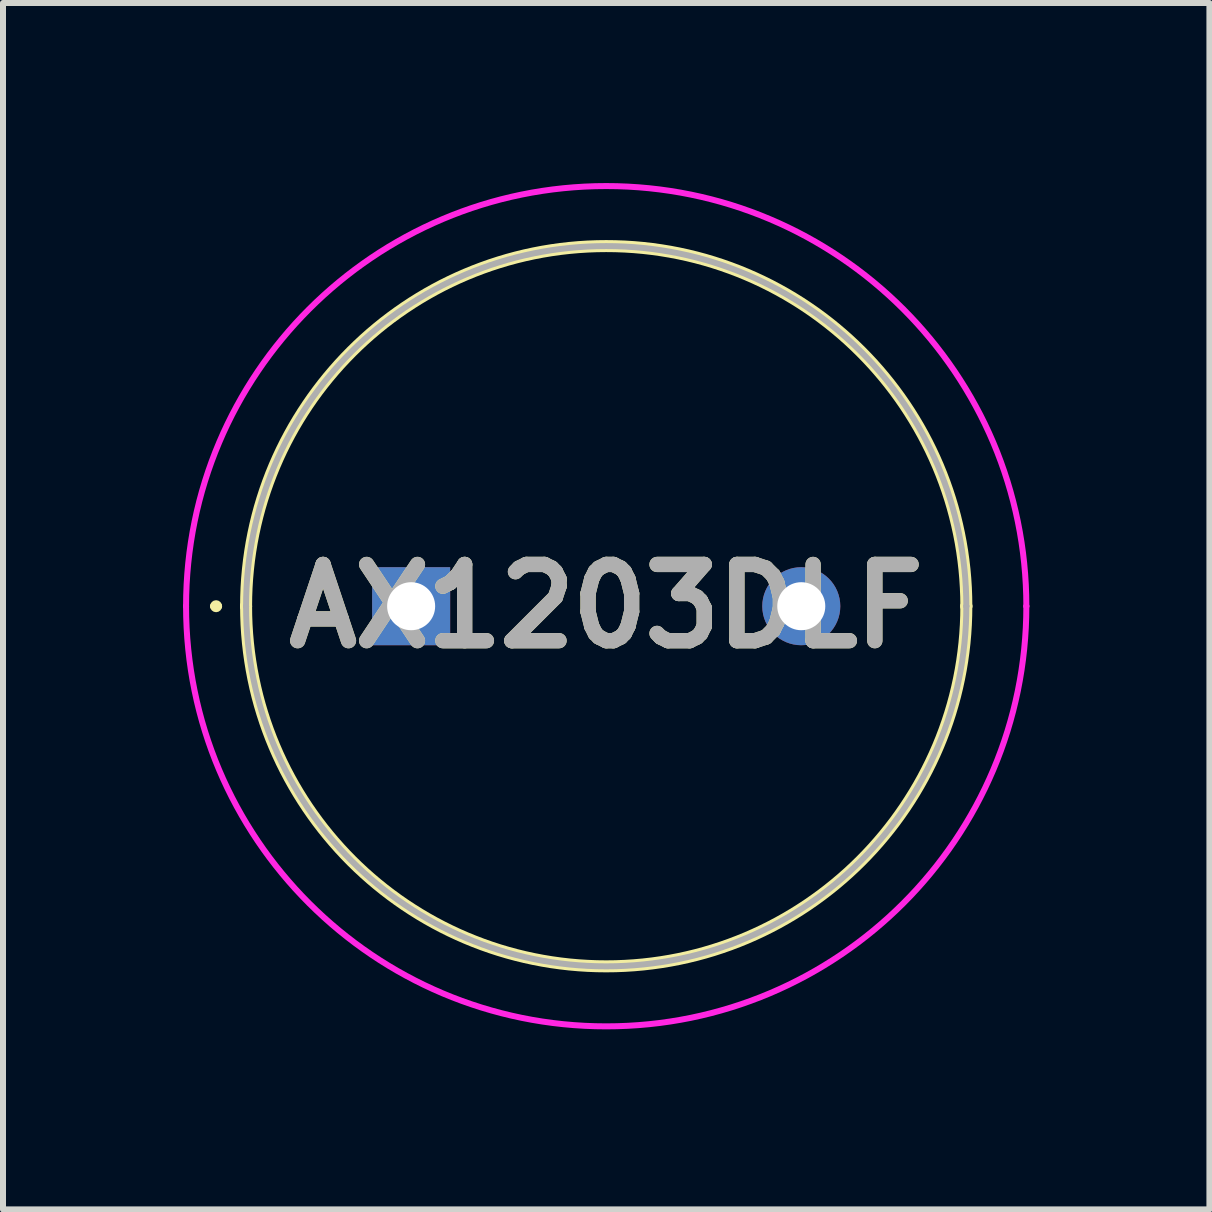
<source format=kicad_pcb>
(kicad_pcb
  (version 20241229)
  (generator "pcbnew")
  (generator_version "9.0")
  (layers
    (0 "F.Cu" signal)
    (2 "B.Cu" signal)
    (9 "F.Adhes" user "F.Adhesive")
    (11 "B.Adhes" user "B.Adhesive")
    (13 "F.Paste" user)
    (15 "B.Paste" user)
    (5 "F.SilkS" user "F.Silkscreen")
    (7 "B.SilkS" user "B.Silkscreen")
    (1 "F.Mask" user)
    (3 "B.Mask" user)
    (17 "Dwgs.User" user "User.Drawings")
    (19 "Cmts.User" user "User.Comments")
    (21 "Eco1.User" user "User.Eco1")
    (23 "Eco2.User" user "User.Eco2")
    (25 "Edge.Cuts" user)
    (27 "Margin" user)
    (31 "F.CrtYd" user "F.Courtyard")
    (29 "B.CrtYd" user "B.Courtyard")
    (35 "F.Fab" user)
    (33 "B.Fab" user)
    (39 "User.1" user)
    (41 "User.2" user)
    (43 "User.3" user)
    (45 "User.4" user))
  (footprint "AX1203DLF"
    (layer "F.Cu")
    (at 3.8 7.05)
    (property "Reference" "AX1203DLF" (at 3.25 0 0) (layer "F.SilkS") (effects (font (size 1.27 1.27) (thickness 0.254))))
    (attr through_hole)
    (fp_line (start -3.3 0) (end -3.3 0) (stroke (width 0.1) (type solid)) (layer "F.SilkS"))
    (fp_line (start -3.2 0) (end -3.2 0) (stroke (width 0.1) (type solid)) (layer "F.SilkS"))
    (fp_line (start -2.75 0) (end -2.75 0) (stroke (width 0.2) (type solid)) (layer "F.SilkS"))
    (fp_line (start 9.25 0) (end 9.25 0) (stroke (width 0.2) (type solid)) (layer "F.SilkS"))
    (fp_arc (start -3.3 0) (mid -3.25 -0.05) (end -3.2 0) (stroke (width 0.1) (type solid)) (layer "F.SilkS"))
    (fp_arc (start -3.2 0) (mid -3.25 0.05) (end -3.3 0) (stroke (width 0.1) (type solid)) (layer "F.SilkS"))
    (fp_arc (start -2.75 0) (mid 3.25 -6) (end 9.25 0) (stroke (width 0.2) (type solid)) (layer "F.SilkS"))
    (fp_arc (start 9.25 0) (mid 3.25 6) (end -2.75 0) (stroke (width 0.2) (type solid)) (layer "F.SilkS"))
    (fp_line (start -3.75 0) (end -3.75 0) (stroke (width 0.1) (type solid)) (layer "F.CrtYd"))
    (fp_line (start 10.25 0) (end 10.25 0) (stroke (width 0.1) (type solid)) (layer "F.CrtYd"))
    (fp_arc (start -3.75 0) (mid 3.25 -7) (end 10.25 0) (stroke (width 0.1) (type solid)) (layer "F.CrtYd"))
    (fp_arc (start 10.25 0) (mid 3.25 7) (end -3.75 0) (stroke (width 0.1) (type solid)) (layer "F.CrtYd"))
    (fp_line (start -2.75 0) (end -2.75 0) (stroke (width 0.1) (type solid)) (layer "F.Fab"))
    (fp_line (start 9.25 0) (end 9.25 0) (stroke (width 0.1) (type solid)) (layer "F.Fab"))
    (fp_arc (start -2.75 0) (mid 3.25 -6) (end 9.25 0) (stroke (width 0.1) (type solid)) (layer "F.Fab"))
    (fp_arc (start 9.25 0) (mid 3.25 6) (end -2.75 0) (stroke (width 0.1) (type solid)) (layer "F.Fab"))
    (fp_text user "${REFERENCE}" (at 3.25 0 0) (layer "F.Fab") (effects (font (size 1.27 1.27) (thickness 0.254))))
    (pad "1" thru_hole rect (at 0 0) (size 1.3 1.3) (drill 0.8) (layers "*.Cu" "*.Mask"))
    (pad "2" thru_hole circle (at 6.5 0) (size 1.3 1.3) (drill 0.8) (layers "*.Cu" "*.Mask")))
  (gr_rect
    (start -3 -3)
    (end 17.1 17.1)
    (stroke (width 0.1) (type default))
    (fill no)
    (layer "Edge.Cuts")))
</source>
